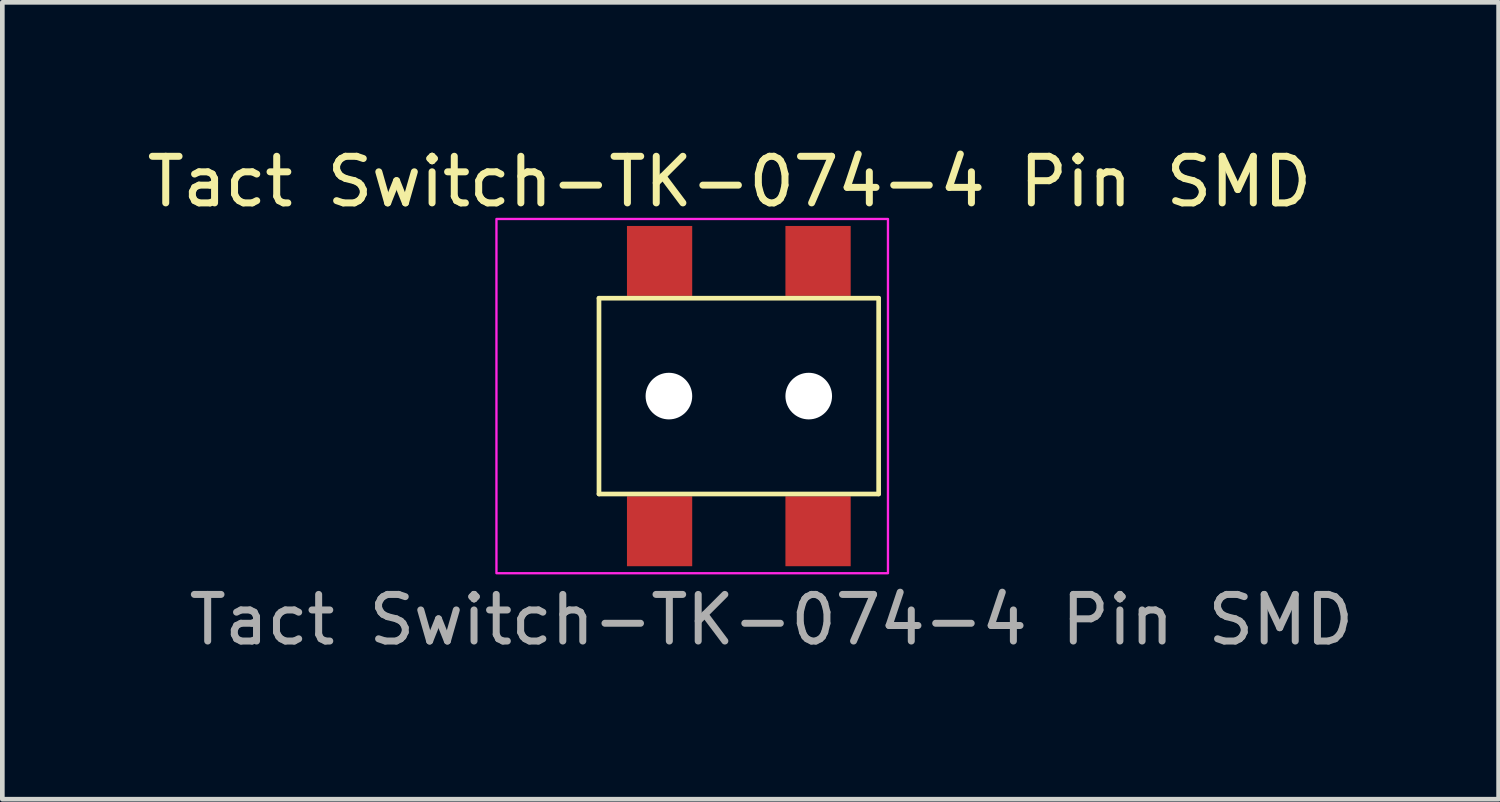
<source format=kicad_pcb>
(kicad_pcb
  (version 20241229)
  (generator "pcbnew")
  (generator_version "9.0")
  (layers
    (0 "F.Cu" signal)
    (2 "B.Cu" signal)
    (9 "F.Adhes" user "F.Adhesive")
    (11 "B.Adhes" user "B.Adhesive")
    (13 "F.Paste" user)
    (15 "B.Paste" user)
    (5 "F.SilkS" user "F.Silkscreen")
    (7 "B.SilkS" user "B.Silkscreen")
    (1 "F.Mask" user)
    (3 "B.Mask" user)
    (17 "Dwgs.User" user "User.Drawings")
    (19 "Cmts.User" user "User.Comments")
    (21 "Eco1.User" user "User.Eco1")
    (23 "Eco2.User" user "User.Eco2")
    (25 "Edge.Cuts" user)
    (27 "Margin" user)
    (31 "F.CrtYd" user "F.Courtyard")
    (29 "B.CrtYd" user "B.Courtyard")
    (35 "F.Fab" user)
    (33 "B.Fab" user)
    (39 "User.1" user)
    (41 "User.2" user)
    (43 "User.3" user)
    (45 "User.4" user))
  (footprint "Tact Switch-TK-074-4 Pin SMD"
    (layer "F.Cu")
    (at 12.801 5.448)
    (property "Reference" "Tact Switch-TK-074-4 Pin SMD" (at -0.2 -4.6 0) (unlocked yes) (layer "F.SilkS") (effects (font (size 1 1) (thickness 0.15))))
    (attr smd)
    (fp_line (start -3 -2.1) (end -3 2.1) (stroke (width 0.1) (type default)) (layer "F.SilkS"))
    (fp_line (start -3 -2.1) (end 3 -2.1) (stroke (width 0.1) (type default)) (layer "F.SilkS"))
    (fp_line (start -3 2.1) (end 3 2.1) (stroke (width 0.1) (type default)) (layer "F.SilkS"))
    (fp_line (start 3 2.1) (end 3 -2.1) (stroke (width 0.1) (type default)) (layer "F.SilkS"))
    (fp_rect (start -5.2 -3.8) (end 3.2 3.8) (stroke (width 0.05) (type default)) (fill no) (layer "F.CrtYd"))
    (fp_text user "${REFERENCE}" (at 0.7 4.8 0) (unlocked yes) (layer "F.Fab") (effects (font (size 1 1) (thickness 0.15))))
    (pad "" np_thru_hole circle (at -1.5 0 90) (size 1 1) (drill 1) (layers "*.Cu" "*.Mask"))
    (pad "" np_thru_hole circle (at 1.5 0 90) (size 1 1) (drill 1) (layers "*.Cu" "*.Mask"))
    (pad "1" smd rect (at -1.7 -2.9) (size 1.4 1.5) (layers "F.Cu" "F.Mask" "F.Paste"))
    (pad "2" smd rect (at -1.7 2.9) (size 1.4 1.5) (layers "F.Cu" "F.Mask" "F.Paste"))
    (pad "3" smd rect (at 1.7 -2.9) (size 1.4 1.5) (layers "F.Cu" "F.Mask" "F.Paste"))
    (pad "4" smd rect (at 1.7 2.9) (size 1.4 1.5) (layers "F.Cu" "F.Mask" "F.Paste")))
  (gr_rect
    (start -3 -3)
    (end 29.102 14.097)
    (stroke (width 0.1) (type default))
    (fill no)
    (layer "Edge.Cuts")))
</source>
